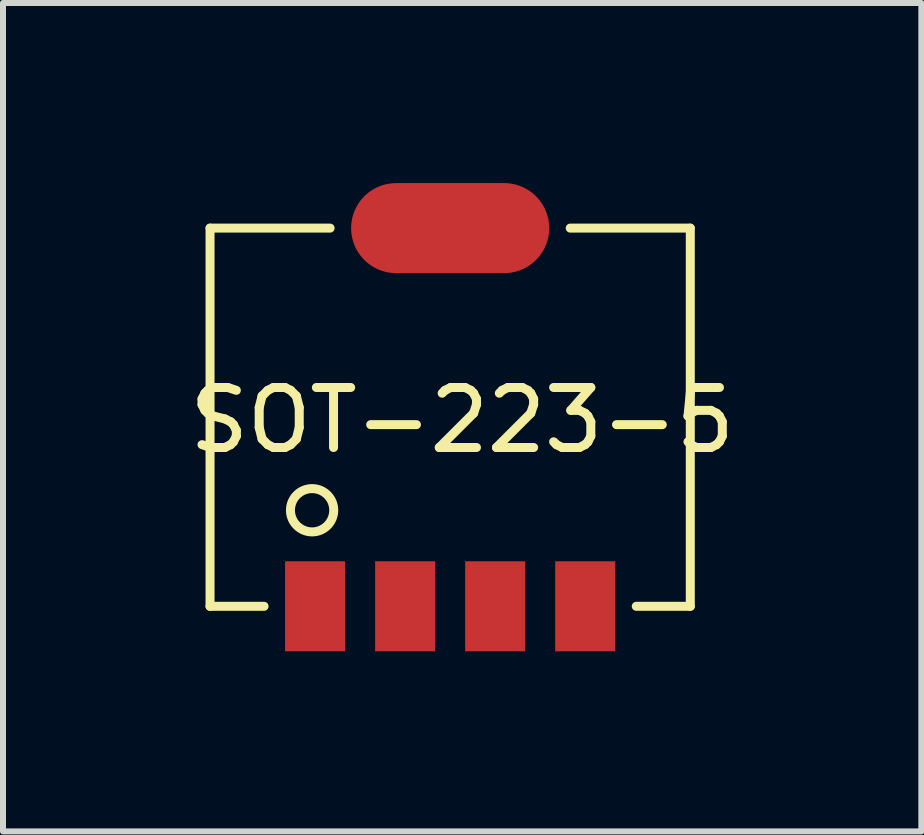
<source format=kicad_pcb>
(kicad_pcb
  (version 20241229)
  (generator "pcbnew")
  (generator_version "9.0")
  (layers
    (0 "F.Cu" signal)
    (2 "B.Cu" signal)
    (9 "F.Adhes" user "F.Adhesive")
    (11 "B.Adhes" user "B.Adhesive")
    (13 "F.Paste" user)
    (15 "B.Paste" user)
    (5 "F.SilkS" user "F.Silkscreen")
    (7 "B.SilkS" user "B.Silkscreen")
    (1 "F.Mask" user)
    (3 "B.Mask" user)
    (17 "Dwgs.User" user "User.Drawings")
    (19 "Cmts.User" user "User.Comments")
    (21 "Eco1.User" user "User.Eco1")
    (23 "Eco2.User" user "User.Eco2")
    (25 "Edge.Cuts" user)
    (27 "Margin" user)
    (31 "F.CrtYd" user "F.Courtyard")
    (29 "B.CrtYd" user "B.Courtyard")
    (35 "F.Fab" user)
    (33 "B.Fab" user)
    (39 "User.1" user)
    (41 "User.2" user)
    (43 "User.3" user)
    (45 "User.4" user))
  (footprint "SOT-223-5"
    (layer "F.Cu")
    (at 4.449 7.05)
    (property "Reference" "SOT-223-5" (at 0.2 -3.1 0) (layer "F.SilkS") (effects (font (size 1 1) (thickness 0.15))))
    (attr through_hole)
    (fp_line (start -4 -6.3) (end -2 -6.3) (stroke (width 0.15) (type solid)) (layer "F.SilkS"))
    (fp_line (start -4 0) (end -4 -6.3) (stroke (width 0.15) (type solid)) (layer "F.SilkS"))
    (fp_line (start -3.1 0) (end -4 0) (stroke (width 0.15) (type solid)) (layer "F.SilkS"))
    (fp_line (start 2 -6.3) (end 4 -6.3) (stroke (width 0.15) (type solid)) (layer "F.SilkS"))
    (fp_line (start 4 -6.3) (end 4 0) (stroke (width 0.15) (type solid)) (layer "F.SilkS"))
    (fp_line (start 4 0) (end 3.1 0) (stroke (width 0.15) (type solid)) (layer "F.SilkS"))
    (fp_circle (center -2.3 -1.6) (end -2 -1.4) (stroke (width 0.15) (type solid)) (fill no) (layer "F.SilkS"))
    (pad "1" smd rect (at -2.25 0) (size 1 1.5) (layers "F.Cu" "F.Mask" "F.Paste"))
    (pad "2" smd rect (at -0.75 0) (size 1 1.5) (layers "F.Cu" "F.Mask" "F.Paste"))
    (pad "3" smd rect (at 0.75 0) (size 1 1.5) (layers "F.Cu" "F.Mask" "F.Paste"))
    (pad "4" smd rect (at 2.25 0) (size 1 1.5) (layers "F.Cu" "F.Mask" "F.Paste"))
    (pad "5" smd oval (at 0 -6.3) (size 3.3 1.5) (layers "F.Cu" "F.Mask" "F.Paste")))
  (gr_rect
    (start -3 -3)
    (end 12.298 10.8)
    (stroke (width 0.1) (type default))
    (fill no)
    (layer "Edge.Cuts")))
</source>
